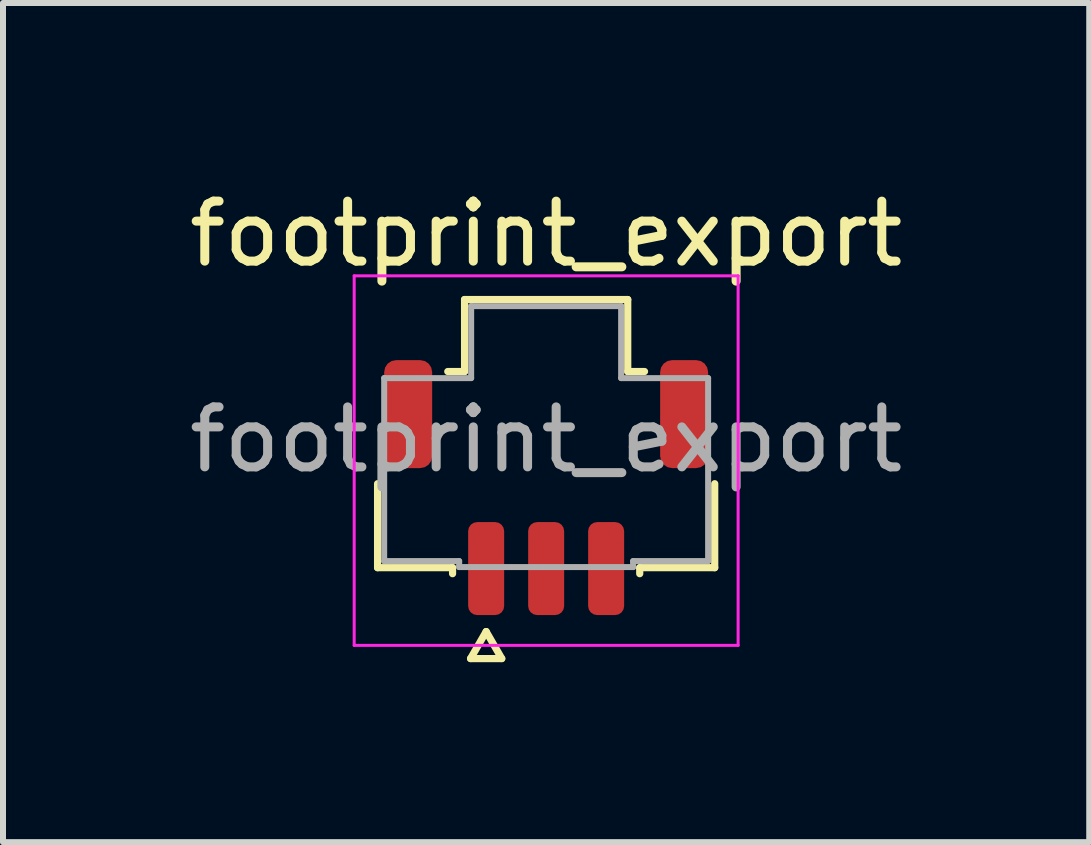
<source format=kicad_pcb>
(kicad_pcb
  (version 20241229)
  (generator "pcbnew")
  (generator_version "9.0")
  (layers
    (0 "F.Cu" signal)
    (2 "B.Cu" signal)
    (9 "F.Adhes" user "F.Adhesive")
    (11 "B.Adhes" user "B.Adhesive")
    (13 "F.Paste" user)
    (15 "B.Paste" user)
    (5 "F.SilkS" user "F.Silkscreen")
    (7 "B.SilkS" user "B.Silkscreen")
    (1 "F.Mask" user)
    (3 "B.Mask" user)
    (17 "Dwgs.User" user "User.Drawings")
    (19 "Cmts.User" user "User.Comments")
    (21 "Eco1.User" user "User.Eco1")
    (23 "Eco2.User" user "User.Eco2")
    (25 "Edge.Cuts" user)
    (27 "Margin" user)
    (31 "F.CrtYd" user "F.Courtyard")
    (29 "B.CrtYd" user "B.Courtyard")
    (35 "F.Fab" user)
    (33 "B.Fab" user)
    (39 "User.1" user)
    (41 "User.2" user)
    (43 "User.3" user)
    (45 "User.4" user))
  (footprint "footprint_export"
    (layer "F.Cu")
    (at 6.054 4.278)
    (property "Reference" "footprint_export" (at 0 -3.43 0) (layer "F.SilkS") (effects (font (size 1 1) (thickness 0.15))))
    (attr smd)
    (fp_line (start -2.81 2.135) (end -2.81 0.735) (stroke (width 0.12) (type solid)) (layer "F.SilkS"))
    (fp_line (start -1.64 -1.135) (end -1.36 -1.135) (stroke (width 0.12) (type solid)) (layer "F.SilkS"))
    (fp_line (start -1.56 2.135) (end -2.81 2.135) (stroke (width 0.12) (type solid)) (layer "F.SilkS"))
    (fp_line (start -1.56 2.235) (end -1.56 2.135) (stroke (width 0.12) (type solid)) (layer "F.SilkS"))
    (fp_line (start -1.36 -2.335) (end 1.36 -2.335) (stroke (width 0.12) (type solid)) (layer "F.SilkS"))
    (fp_line (start -1.36 -1.135) (end -1.36 -2.335) (stroke (width 0.12) (type solid)) (layer "F.SilkS"))
    (fp_line (start -1.26 3.65) (end -1 3.2) (stroke (width 0.12) (type solid)) (layer "F.SilkS"))
    (fp_line (start -1 3.2) (end -0.74 3.65) (stroke (width 0.12) (type solid)) (layer "F.SilkS"))
    (fp_line (start -0.74 3.65) (end -1.26 3.65) (stroke (width 0.12) (type solid)) (layer "F.SilkS"))
    (fp_line (start 1.36 -2.335) (end 1.36 -1.135) (stroke (width 0.12) (type solid)) (layer "F.SilkS"))
    (fp_line (start 1.36 -1.135) (end 1.64 -1.135) (stroke (width 0.12) (type solid)) (layer "F.SilkS"))
    (fp_line (start 1.56 2.135) (end 1.56 2.235) (stroke (width 0.12) (type solid)) (layer "F.SilkS"))
    (fp_line (start 2.81 0.735) (end 2.81 2.135) (stroke (width 0.12) (type solid)) (layer "F.SilkS"))
    (fp_line (start 2.81 2.135) (end 1.56 2.135) (stroke (width 0.12) (type solid)) (layer "F.SilkS"))
    (fp_line (start -3.2 -2.73) (end -3.2 3.43) (stroke (width 0.05) (type solid)) (layer "F.CrtYd"))
    (fp_line (start -3.2 3.43) (end 3.2 3.43) (stroke (width 0.05) (type solid)) (layer "F.CrtYd"))
    (fp_line (start 3.2 -2.73) (end -3.2 -2.73) (stroke (width 0.05) (type solid)) (layer "F.CrtYd"))
    (fp_line (start 3.2 3.43) (end 3.2 -2.73) (stroke (width 0.05) (type solid)) (layer "F.CrtYd"))
    (fp_line (start -2.7 -1.025) (end -1.25 -1.025) (stroke (width 0.1) (type solid)) (layer "F.Fab"))
    (fp_line (start -2.7 2.025) (end -2.7 -1.025) (stroke (width 0.1) (type solid)) (layer "F.Fab"))
    (fp_line (start -1.45 2.025) (end -2.7 2.025) (stroke (width 0.1) (type solid)) (layer "F.Fab"))
    (fp_line (start -1.45 2.125) (end -1.45 2.025) (stroke (width 0.1) (type solid)) (layer "F.Fab"))
    (fp_line (start -1.25 -2.225) (end 1.25 -2.225) (stroke (width 0.1) (type solid)) (layer "F.Fab"))
    (fp_line (start -1.25 -1.025) (end -1.25 -2.225) (stroke (width 0.1) (type solid)) (layer "F.Fab"))
    (fp_line (start 1.25 -2.225) (end 1.25 -1.025) (stroke (width 0.1) (type solid)) (layer "F.Fab"))
    (fp_line (start 1.25 -1.025) (end 2.7 -1.025) (stroke (width 0.1) (type solid)) (layer "F.Fab"))
    (fp_line (start 1.45 2.025) (end 1.45 2.125) (stroke (width 0.1) (type solid)) (layer "F.Fab"))
    (fp_line (start 1.45 2.125) (end -1.45 2.125) (stroke (width 0.1) (type solid)) (layer "F.Fab"))
    (fp_line (start 2.7 -1.025) (end 2.7 2.025) (stroke (width 0.1) (type solid)) (layer "F.Fab"))
    (fp_line (start 2.7 2.025) (end 1.45 2.025) (stroke (width 0.1) (type solid)) (layer "F.Fab"))
    (fp_text user "${REFERENCE}" (at 0 0 0) (layer "F.Fab") (effects (font (size 1 1) (thickness 0.15))))
    (pad "1" smd roundrect (at -1 2.15) (size 0.6 1.55) (layers "F.Cu" "F.Mask" "F.Paste") (roundrect_rratio 0.25))
    (pad "2" smd roundrect (at 0 2.15) (size 0.6 1.55) (layers "F.Cu" "F.Mask" "F.Paste") (roundrect_rratio 0.25))
    (pad "3" smd roundrect (at 1 2.15) (size 0.6 1.55) (layers "F.Cu" "F.Mask" "F.Paste") (roundrect_rratio 0.25))
    (pad "MP" smd roundrect (at -2.3 -0.425) (size 0.8 1.8) (layers "F.Cu" "F.Mask" "F.Paste") (roundrect_rratio 0.25))
    (pad "MP" smd roundrect (at 2.3 -0.425) (size 0.8 1.8) (layers "F.Cu" "F.Mask" "F.Paste") (roundrect_rratio 0.25)))
  (gr_rect
    (start -3 -3)
    (end 15.107 10.988)
    (stroke (width 0.1) (type default))
    (fill no)
    (layer "Edge.Cuts")))
</source>
